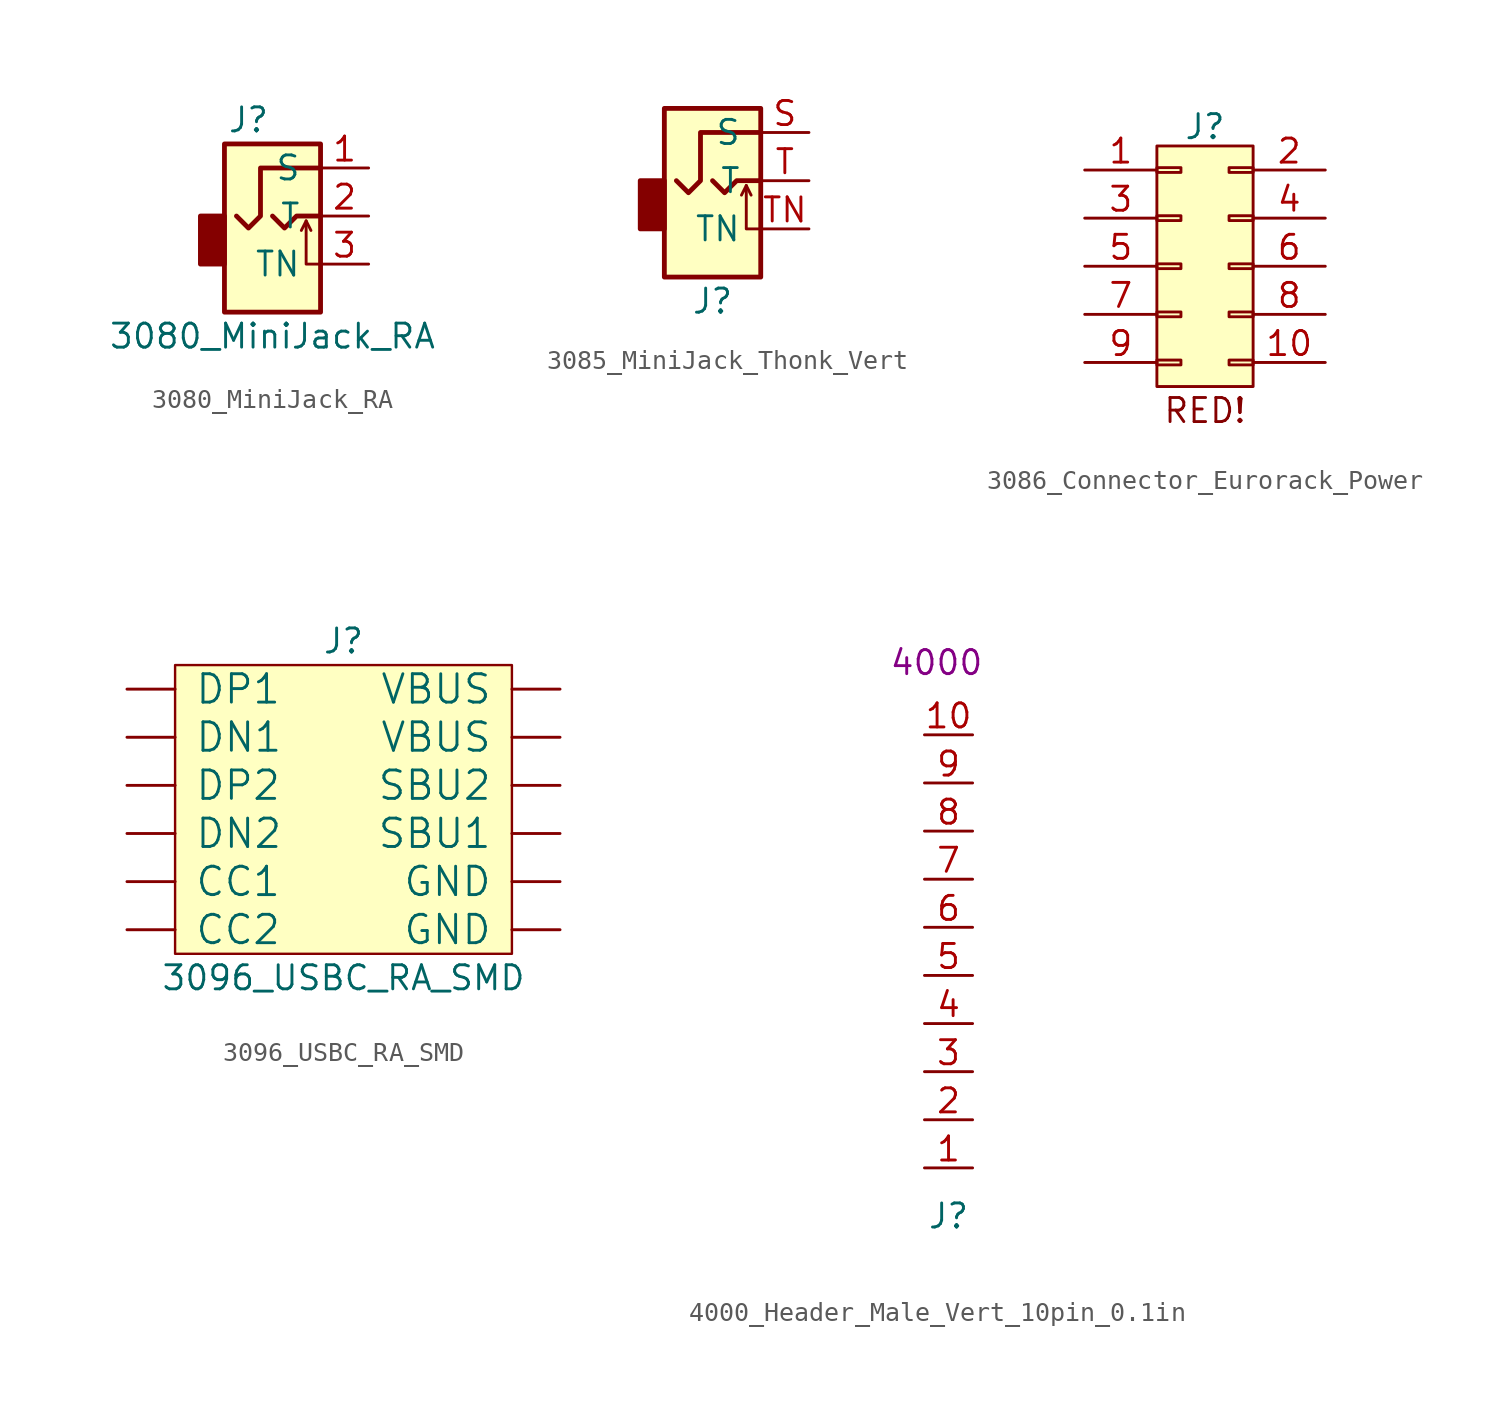
<source format=kicad_sym>
(kicad_symbol_lib
  (version 20211014)
  (generator kicad_symbol_editor)
  (symbol "3080_MiniJack_RA"
    (pin_names
      (offset 1.016))
    (property "Reference" "J"
      (at -1.27 5.08 0)
      (effects (font (size 1.27 1.27))))
    (property "Value" "3080_MiniJack_RA"
      (at 0 -6.35 0)
      (effects (font (size 1.27 1.27))))
    (symbol "3080_MiniJack_RA_1_1"
      (rectangle (start -2.54 0) (end -3.81 -2.54) (stroke (width 0.254) (type default) (color 0 0 0 0)) (fill (type outline)))
      (polyline (pts (xy 1.778 -0.254) (xy 2.032 -0.762)) (stroke (width 0) (type default) (color 0 0 0 0)) (fill (type none)))
      (polyline (pts (xy 0 0) (xy 0.635 -0.635) (xy 1.27 0) (xy 2.54 0)) (stroke (width 0.254) (type default) (color 0 0 0 0)) (fill (type none)))
      (polyline (pts (xy 2.54 -2.54) (xy 1.778 -2.54) (xy 1.778 -0.254) (xy 1.524 -0.762)) (stroke (width 0) (type default) (color 0 0 0 0)) (fill (type none)))
      (polyline (pts (xy 2.54 2.54) (xy -0.635 2.54) (xy -0.635 0) (xy -1.27 -0.635) (xy -1.905 0)) (stroke (width 0.254) (type default) (color 0 0 0 0)) (fill (type none)))
      (rectangle (start 2.54 3.81) (end -2.54 -5.08) (stroke (width 0.254) (type default) (color 0 0 0 0)) (fill (type background)))
      (pin passive line (at 5.08 2.54 180) (length 2.54) (name "S" (effects (font (size 1.27 1.27)))) (number "1" (effects (font (size 1.27 1.27)))))
      (pin passive line (at 5.08 0 180) (length 2.54) (name "T" (effects (font (size 1.27 1.27)))) (number "2" (effects (font (size 1.27 1.27)))))
      (pin passive line (at 5.08 -2.54 180) (length 2.54) (name "TN" (effects (font (size 1.27 1.27)))) (number "3" (effects (font (size 1.27 1.27)))))))
  (symbol "3085_MiniJack_Thonk_Vert"
    (pin_names
      (offset 1.016))
    (property "Reference" "J"
      (at 0 -5.08 0)
      (effects (font (size 1.27 1.27))))
    (symbol "3085_MiniJack_Thonk_Vert_1_1"
      (rectangle (start -2.54 1.27) (end -3.81 -1.27) (stroke (width 0.254) (type default) (color 0 0 0 0)) (fill (type outline)))
      (polyline (pts (xy 1.778 1.016) (xy 2.032 0.508)) (stroke (width 0) (type default) (color 0 0 0 0)) (fill (type none)))
      (polyline (pts (xy 0 1.27) (xy 0.635 0.635) (xy 1.27 1.27) (xy 2.54 1.27)) (stroke (width 0.254) (type default) (color 0 0 0 0)) (fill (type none)))
      (polyline (pts (xy 2.54 -1.27) (xy 1.778 -1.27) (xy 1.778 1.016) (xy 1.524 0.508)) (stroke (width 0) (type default) (color 0 0 0 0)) (fill (type none)))
      (polyline (pts (xy 2.54 3.81) (xy -0.635 3.81) (xy -0.635 1.27) (xy -1.27 0.635) (xy -1.905 1.27)) (stroke (width 0.254) (type default) (color 0 0 0 0)) (fill (type none)))
      (rectangle (start 2.54 5.08) (end -2.54 -3.81) (stroke (width 0.254) (type default) (color 0 0 0 0)) (fill (type background)))
      (pin passive line (at 5.08 3.81 180) (length 2.54) (name "S" (effects (font (size 1.27 1.27)))) (number "S" (effects (font (size 1.27 1.27)))))
      (pin passive line (at 5.08 1.27 180) (length 2.54) (name "T" (effects (font (size 1.27 1.27)))) (number "T" (effects (font (size 1.27 1.27)))))
      (pin passive line (at 5.08 -1.27 180) (length 2.54) (name "TN" (effects (font (size 1.27 1.27)))) (number "TN" (effects (font (size 1.27 1.27)))))))
  (symbol "3086_Connector_Eurorack_Power"
    (pin_names
      (offset 1.016) hide)
    (property "Reference" "J"
      (at 0 7.366 0)
      (effects (font (size 1.27 1.27))))
    (symbol "3086_Connector_Eurorack_Power_0_0"
      (text "RED!" (at 0 -7.62 0) (effects (font (size 1.27 1.27)))))
    (symbol "3086_Connector_Eurorack_Power_0_1"
      (rectangle (start 2.54 6.35) (end -2.54 -6.35) (stroke (width 0) (type default) (color 0 0 0 0)) (fill (type background))))
    (symbol "3086_Connector_Eurorack_Power_1_1"
      (rectangle (start -2.54 -4.953) (end -1.27 -5.207) (stroke (width 0.152) (type default) (color 0 0 0 0)) (fill (type none)))
      (rectangle (start -2.54 -2.413) (end -1.27 -2.667) (stroke (width 0.152) (type default) (color 0 0 0 0)) (fill (type none)))
      (rectangle (start -2.54 0.127) (end -1.27 -0.127) (stroke (width 0.152) (type default) (color 0 0 0 0)) (fill (type none)))
      (rectangle (start -2.54 2.667) (end -1.27 2.413) (stroke (width 0.152) (type default) (color 0 0 0 0)) (fill (type none)))
      (rectangle (start -2.54 5.207) (end -1.27 4.953) (stroke (width 0.152) (type default) (color 0 0 0 0)) (fill (type none)))
      (rectangle (start 2.54 -4.953) (end 1.27 -5.207) (stroke (width 0.152) (type default) (color 0 0 0 0)) (fill (type none)))
      (rectangle (start 2.54 -2.413) (end 1.27 -2.667) (stroke (width 0.152) (type default) (color 0 0 0 0)) (fill (type none)))
      (rectangle (start 2.54 0.127) (end 1.27 -0.127) (stroke (width 0.152) (type default) (color 0 0 0 0)) (fill (type none)))
      (rectangle (start 2.54 2.667) (end 1.27 2.413) (stroke (width 0.152) (type default) (color 0 0 0 0)) (fill (type none)))
      (rectangle (start 2.54 5.207) (end 1.27 4.953) (stroke (width 0.152) (type default) (color 0 0 0 0)) (fill (type none)))
      (pin passive line (at -6.35 5.08 0) (length 3.81) (name "Pin_1" (effects (font (size 1.27 1.27)))) (number "1" (effects (font (size 1.27 1.27)))))
      (pin passive line (at 6.35 -5.08 180) (length 3.81) (name "Pin_10" (effects (font (size 1.27 1.27)))) (number "10" (effects (font (size 1.27 1.27)))))
      (pin passive line (at 6.35 5.08 180) (length 3.81) (name "Pin_2" (effects (font (size 1.27 1.27)))) (number "2" (effects (font (size 1.27 1.27)))))
      (pin passive line (at -6.35 2.54 0) (length 3.81) (name "Pin_3" (effects (font (size 1.27 1.27)))) (number "3" (effects (font (size 1.27 1.27)))))
      (pin passive line (at 6.35 2.54 180) (length 3.81) (name "Pin_4" (effects (font (size 1.27 1.27)))) (number "4" (effects (font (size 1.27 1.27)))))
      (pin passive line (at -6.35 0 0) (length 3.81) (name "Pin_5" (effects (font (size 1.27 1.27)))) (number "5" (effects (font (size 1.27 1.27)))))
      (pin passive line (at 6.35 0 180) (length 3.81) (name "Pin_6" (effects (font (size 1.27 1.27)))) (number "6" (effects (font (size 1.27 1.27)))))
      (pin passive line (at -6.35 -2.54 0) (length 3.81) (name "Pin_7" (effects (font (size 1.27 1.27)))) (number "7" (effects (font (size 1.27 1.27)))))
      (pin passive line (at 6.35 -2.54 180) (length 3.81) (name "Pin_8" (effects (font (size 1.27 1.27)))) (number "8" (effects (font (size 1.27 1.27)))))
      (pin passive line (at -6.35 -5.08 0) (length 3.81) (name "Pin_9" (effects (font (size 1.27 1.27)))) (number "9" (effects (font (size 1.27 1.27)))))))
  (symbol "3096_USBC_RA_SMD"
    (pin_numbers hide)
    (pin_names
      (offset 1.016))
    (property "Reference" "J"
      (at 0 8.89 0)
      (effects (font (size 1.27 1.27))))
    (property "Value" "3096_USBC_RA_SMD"
      (at 0 -8.89 0)
      (effects (font (size 1.27 1.27))))
    (symbol "3096_USBC_RA_SMD_1_1"
      (rectangle (start -8.89 7.62) (end 8.89 -7.62) (stroke (width 0.127) (type default) (color 0 0 0 0)) (fill (type background)))
      (pin power_in line (at 11.43 -6.35 180) (length 2.54) (name "GND" (effects (font (size 1.499 1.499)))) (number "A1/B12" (effects (font (size 1.499 1.499)))))
      (pin power_in line (at 11.43 3.81 180) (length 2.54) (name "VBUS" (effects (font (size 1.499 1.499)))) (number "A4/B9" (effects (font (size 1.499 1.499)))))
      (pin bidirectional line (at -11.43 -3.81 0) (length 2.54) (name "CC1" (effects (font (size 1.499 1.499)))) (number "A5" (effects (font (size 1.499 1.499)))))
      (pin bidirectional line (at -11.43 6.35 0) (length 2.54) (name "DP1" (effects (font (size 1.499 1.499)))) (number "A6" (effects (font (size 1.499 1.499)))))
      (pin bidirectional line (at -11.43 3.81 0) (length 2.54) (name "DN1" (effects (font (size 1.499 1.499)))) (number "A7" (effects (font (size 1.499 1.499)))))
      (pin bidirectional line (at 11.43 -1.27 180) (length 2.54) (name "SBU1" (effects (font (size 1.499 1.499)))) (number "A8" (effects (font (size 1.499 1.499)))))
      (pin power_in line (at 11.43 -3.81 180) (length 2.54) (name "GND" (effects (font (size 1.499 1.499)))) (number "B1/A12" (effects (font (size 1.499 1.499)))))
      (pin power_in line (at 11.43 6.35 180) (length 2.54) (name "VBUS" (effects (font (size 1.499 1.499)))) (number "B4/A9" (effects (font (size 1.499 1.499)))))
      (pin bidirectional line (at -11.43 -6.35 0) (length 2.54) (name "CC2" (effects (font (size 1.499 1.499)))) (number "B5" (effects (font (size 1.499 1.499)))))
      (pin bidirectional line (at -11.43 1.27 0) (length 2.54) (name "DP2" (effects (font (size 1.499 1.499)))) (number "B6" (effects (font (size 1.499 1.499)))))
      (pin bidirectional line (at -11.43 -1.27 0) (length 2.54) (name "DN2" (effects (font (size 1.499 1.499)))) (number "B7" (effects (font (size 1.499 1.499)))))
      (pin bidirectional line (at 11.43 1.27 180) (length 2.54) (name "SBU2" (effects (font (size 1.499 1.499)))) (number "B8" (effects (font (size 1.499 1.499)))))))
  (symbol "4000_Header_Male_Vert_10pin_0.1in"
    (pin_names
      (offset 1.016))
    (property "Reference" "J"
      (at -1.27 -12.7 0)
      (effects (font (size 1.27 1.27))))
    (property "SPN" "4000"
      (at -1.905 16.51 0)
      (effects (font (size 1.27 1.27))))
    (symbol "4000_Header_Male_Vert_10pin_0.1in_0_0"
      (pin passive line (at -2.54 -10.16 0) (length 2.54) (name "~" (effects (font (size 1.27 1.27)))) (number "1" (effects (font (size 1.27 1.27))))))
    (symbol "4000_Header_Male_Vert_10pin_0.1in_1_1"
      (pin passive line (at -2.54 12.7 0) (length 2.54) (name "~" (effects (font (size 1.27 1.27)))) (number "10" (effects (font (size 1.27 1.27)))))
      (pin passive line (at -2.54 -7.62 0) (length 2.54) (name "~" (effects (font (size 1.27 1.27)))) (number "2" (effects (font (size 1.27 1.27)))))
      (pin passive line (at -2.54 -5.08 0) (length 2.54) (name "~" (effects (font (size 1.27 1.27)))) (number "3" (effects (font (size 1.27 1.27)))))
      (pin passive line (at -2.54 -2.54 0) (length 2.54) (name "~" (effects (font (size 1.27 1.27)))) (number "4" (effects (font (size 1.27 1.27)))))
      (pin passive line (at -2.54 0 0) (length 2.54) (name "~" (effects (font (size 1.27 1.27)))) (number "5" (effects (font (size 1.27 1.27)))))
      (pin passive line (at -2.54 2.54 0) (length 2.54) (name "~" (effects (font (size 1.27 1.27)))) (number "6" (effects (font (size 1.27 1.27)))))
      (pin passive line (at -2.54 5.08 0) (length 2.54) (name "~" (effects (font (size 1.27 1.27)))) (number "7" (effects (font (size 1.27 1.27)))))
      (pin passive line (at -2.54 7.62 0) (length 2.54) (name "~" (effects (font (size 1.27 1.27)))) (number "8" (effects (font (size 1.27 1.27)))))
      (pin passive line (at -2.54 10.16 0) (length 2.54) (name "~" (effects (font (size 1.27 1.27)))) (number "9" (effects (font (size 1.27 1.27))))))))
</source>
